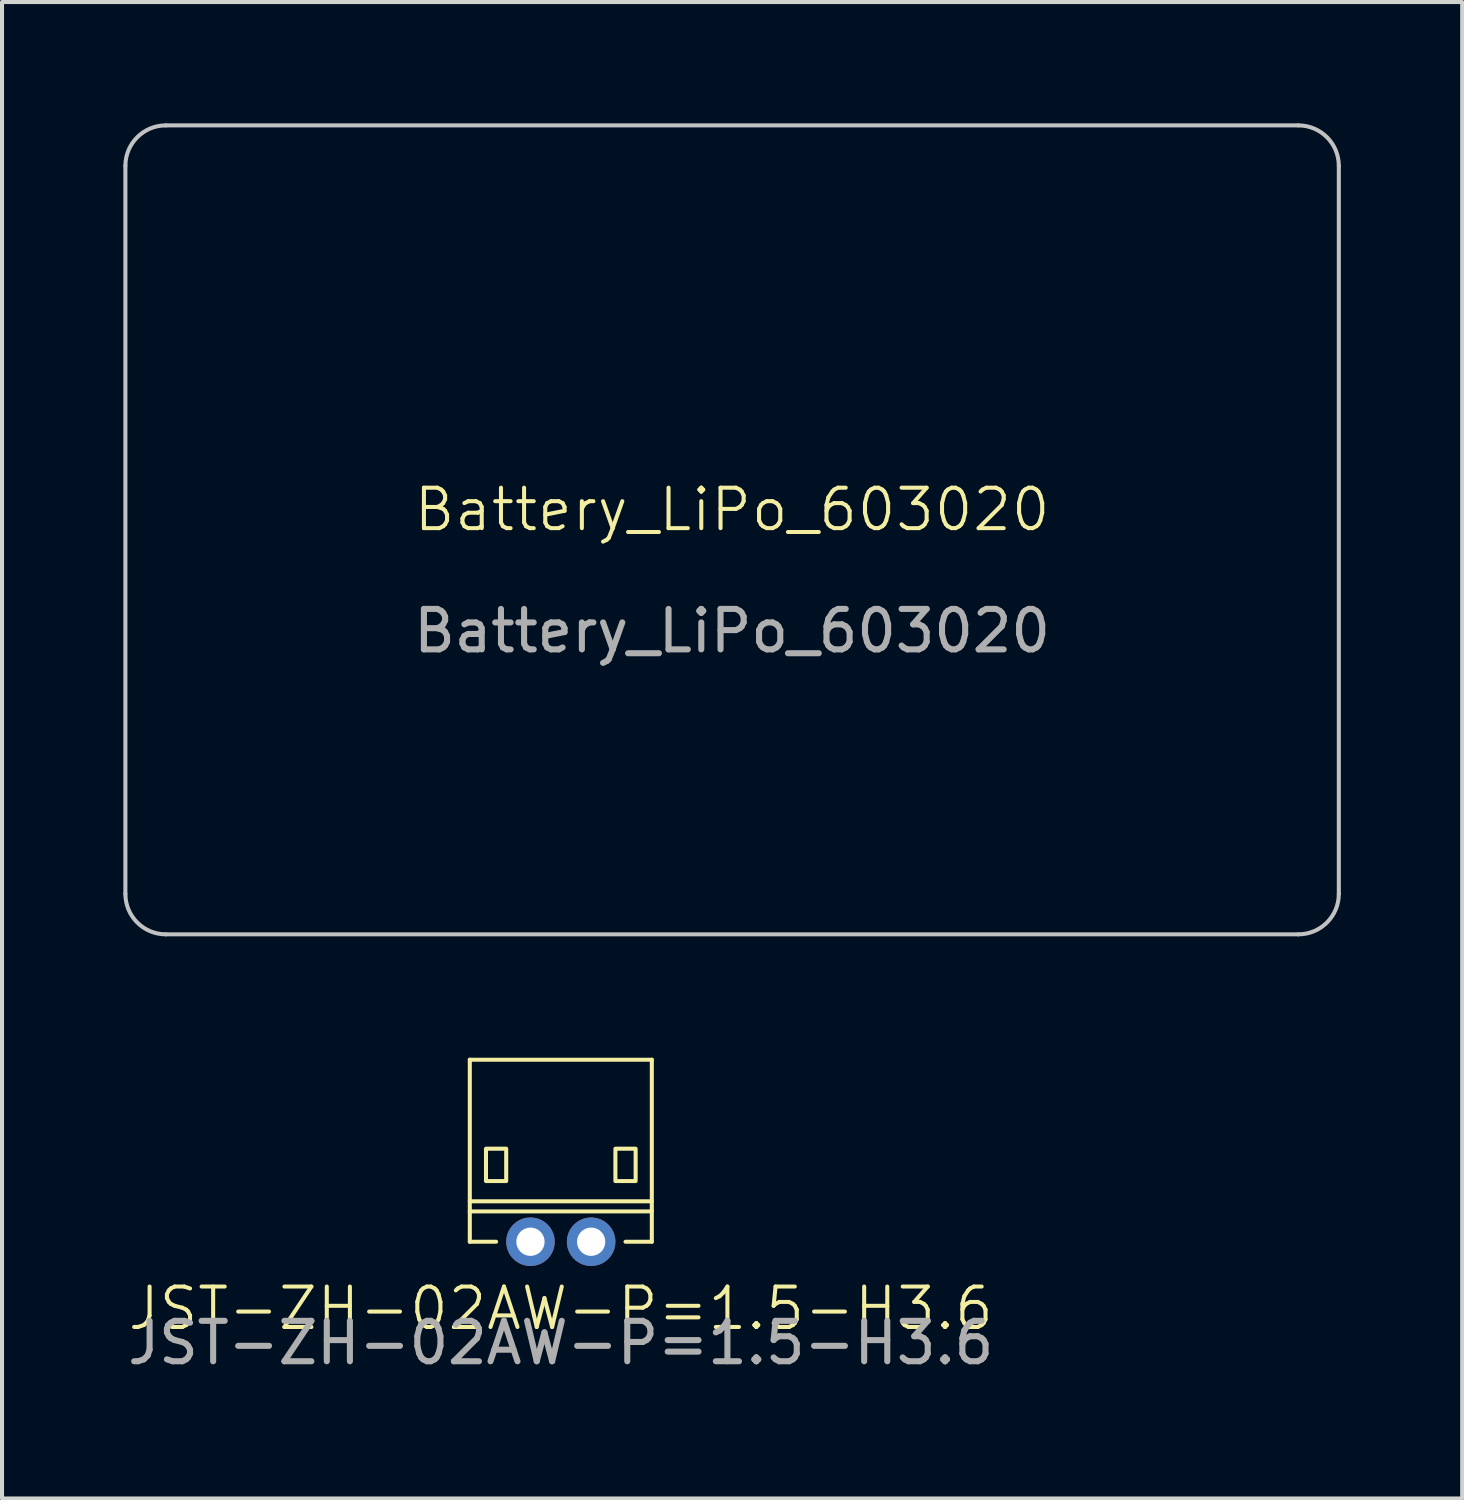
<source format=kicad_pcb>
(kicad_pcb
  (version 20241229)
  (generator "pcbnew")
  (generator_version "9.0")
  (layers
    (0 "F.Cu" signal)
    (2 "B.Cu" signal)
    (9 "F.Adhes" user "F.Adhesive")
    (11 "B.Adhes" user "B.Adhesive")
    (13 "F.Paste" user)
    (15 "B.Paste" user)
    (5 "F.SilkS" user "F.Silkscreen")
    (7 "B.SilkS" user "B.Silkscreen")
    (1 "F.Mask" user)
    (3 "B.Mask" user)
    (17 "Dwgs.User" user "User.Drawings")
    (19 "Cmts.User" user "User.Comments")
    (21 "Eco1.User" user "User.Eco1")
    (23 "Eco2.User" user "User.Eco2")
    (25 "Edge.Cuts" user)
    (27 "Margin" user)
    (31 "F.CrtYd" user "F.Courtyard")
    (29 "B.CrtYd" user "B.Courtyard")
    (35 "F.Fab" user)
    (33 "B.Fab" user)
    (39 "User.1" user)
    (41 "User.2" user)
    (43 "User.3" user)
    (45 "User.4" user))
  (footprint "JST-ZH-02AW-P=1.5-H3.6"
    (layer "F.Cu")
    (at 10.815 27.65)
    (property "Reference" "JST-ZH-02AW-P=1.5-H3.6" (at 0 1.65 0) (unlocked yes) (layer "F.SilkS") (effects (font (size 1 1) (thickness 0.1))))
    (attr through_hole)
    (fp_line (start -2.25 -0.75) (end 2.25 -0.75) (stroke (width 0.1) (type default)) (layer "F.SilkS"))
    (fp_line (start -2.25 0) (end -2.25 -4.5) (stroke (width 0.1) (type default)) (layer "F.SilkS"))
    (fp_line (start -2.25 0) (end -1.6 0) (stroke (width 0.1) (type default)) (layer "F.SilkS"))
    (fp_line (start 2.25 -4.5) (end -2.25 -4.5) (stroke (width 0.1) (type default)) (layer "F.SilkS"))
    (fp_line (start 2.25 -4.5) (end 2.25 0) (stroke (width 0.1) (type default)) (layer "F.SilkS"))
    (fp_line (start 2.25 -1) (end -2.25 -1) (stroke (width 0.1) (type default)) (layer "F.SilkS"))
    (fp_line (start 2.25 0) (end 1.6 0) (stroke (width 0.1) (type default)) (layer "F.SilkS"))
    (fp_rect (start -1.85 -2.3) (end -1.35 -1.5) (stroke (width 0.1) (type default)) (fill no) (layer "F.SilkS"))
    (fp_rect (start 1.35 -2.3) (end 1.85 -1.5) (stroke (width 0.1) (type default)) (fill no) (layer "F.SilkS"))
    (fp_text user "${REFERENCE}" (at 0 2.5 0) (unlocked yes) (layer "F.Fab") (effects (font (size 1 1) (thickness 0.15))))
    (pad "1" thru_hole circle (at -0.75 0) (size 1.2 1.2) (drill 0.7) (layers "*.Cu" "*.Mask"))
    (pad "2" thru_hole circle (at 0.75 0) (size 1.2 1.2) (drill 0.7) (layers "*.Cu" "*.Mask")))
  (footprint "Battery_LiPo_603020"
    (layer "F.Cu")
    (at 15.05 10.05)
    (property "Reference" "Battery_LiPo_603020" (at 0 -0.5 0) (unlocked yes) (layer "F.SilkS") (effects (font (size 1 1) (thickness 0.1))))
    (attr board_only exclude_from_pos_files exclude_from_bom)
    (fp_line (start -15 9) (end -15 -9) (stroke (width 0.1) (type default)) (layer "Dwgs.User"))
    (fp_line (start -14 -10) (end 14 -10) (stroke (width 0.1) (type default)) (layer "Dwgs.User"))
    (fp_line (start 14 10) (end -14 10) (stroke (width 0.1) (type default)) (layer "Dwgs.User"))
    (fp_line (start 15 -9) (end 15 9) (stroke (width 0.1) (type default)) (layer "Dwgs.User"))
    (fp_arc (start -15 -9) (mid -14.707107 -9.707107) (end -14 -10) (stroke (width 0.1) (type default)) (layer "Dwgs.User"))
    (fp_arc (start -14 10) (mid -14.707107 9.707107) (end -15 9) (stroke (width 0.1) (type default)) (layer "Dwgs.User"))
    (fp_arc (start 14 -10) (mid 14.707107 -9.707107) (end 15 -9) (stroke (width 0.1) (type default)) (layer "Dwgs.User"))
    (fp_arc (start 15 9) (mid 14.707107 9.707107) (end 14 10) (stroke (width 0.1) (type default)) (layer "Dwgs.User"))
    (fp_text user "${REFERENCE}" (at 0 2.5 0) (unlocked yes) (layer "F.Fab") (effects (font (size 1 1) (thickness 0.15)))))
  (gr_rect
    (start -3 -3)
    (end 33.1 33.998)
    (stroke (width 0.1) (type default))
    (fill no)
    (layer "Edge.Cuts")))
</source>
